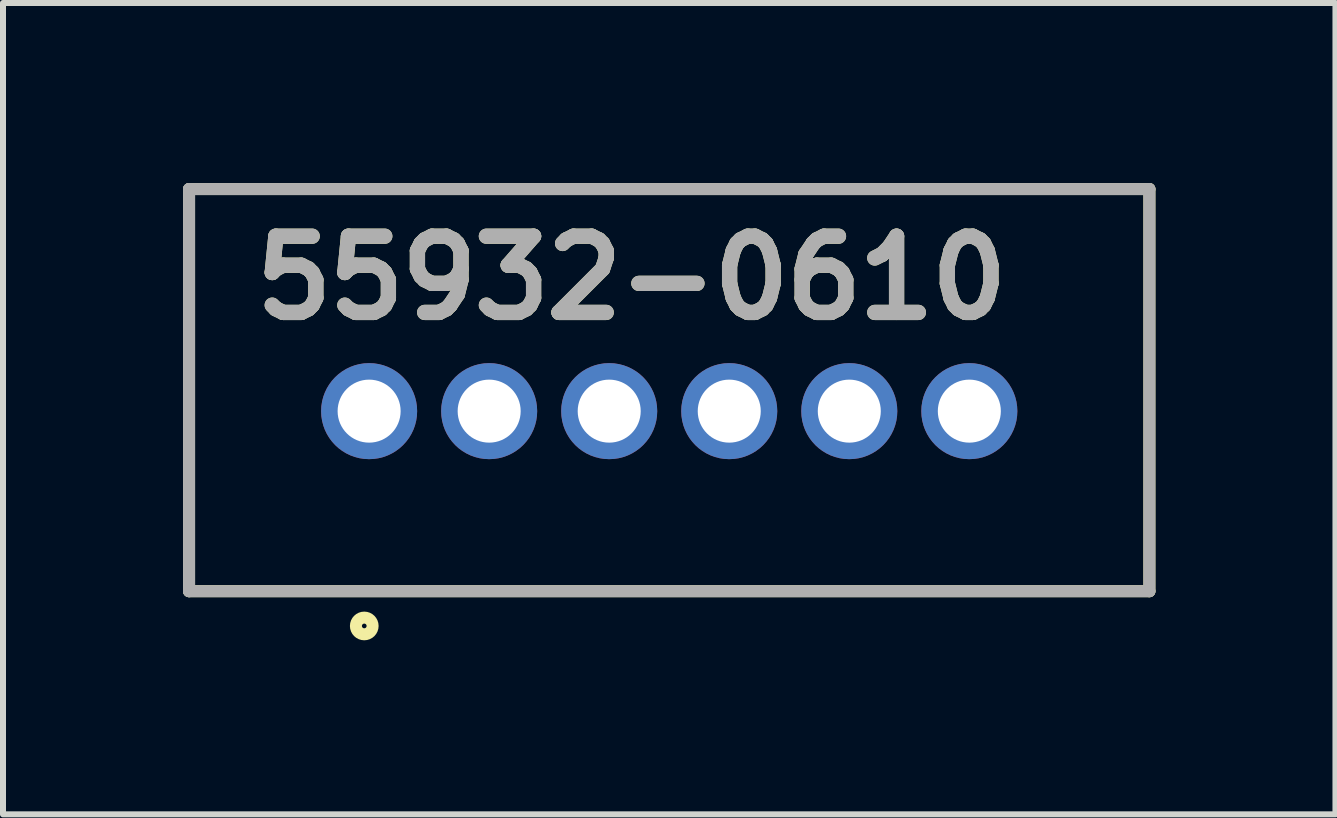
<source format=kicad_pcb>
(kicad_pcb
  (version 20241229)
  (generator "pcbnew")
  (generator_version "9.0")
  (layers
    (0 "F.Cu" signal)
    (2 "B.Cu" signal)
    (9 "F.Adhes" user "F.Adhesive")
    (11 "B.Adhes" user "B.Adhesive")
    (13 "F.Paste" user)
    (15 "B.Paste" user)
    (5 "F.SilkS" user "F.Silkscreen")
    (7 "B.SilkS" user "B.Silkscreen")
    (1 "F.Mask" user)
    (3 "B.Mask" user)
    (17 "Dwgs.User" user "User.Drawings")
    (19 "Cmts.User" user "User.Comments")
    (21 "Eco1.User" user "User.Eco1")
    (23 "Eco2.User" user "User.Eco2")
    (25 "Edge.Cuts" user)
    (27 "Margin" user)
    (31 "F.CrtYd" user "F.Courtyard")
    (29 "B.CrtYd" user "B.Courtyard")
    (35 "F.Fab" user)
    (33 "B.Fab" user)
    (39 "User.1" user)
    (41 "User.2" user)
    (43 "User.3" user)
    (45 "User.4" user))
  (footprint "55932-0610"
    (layer "F.Cu")
    (at 8.1 6.8)
    (property "Reference" "55932-0610" (at -0.627 -5.219 0) (layer "F.SilkS") (effects (font (size 1.27 1.27) (thickness 0.254))))
    (attr through_hole)
    (fp_line (start -8 -6.7) (end 8 -6.7) (stroke (width 0.2) (type solid)) (layer "F.SilkS"))
    (fp_line (start -8 0) (end -8 -6.7) (stroke (width 0.2) (type solid)) (layer "F.SilkS"))
    (fp_line (start 8 -6.7) (end 8 0) (stroke (width 0.2) (type solid)) (layer "F.SilkS"))
    (fp_line (start 8 0) (end -8 0) (stroke (width 0.2) (type solid)) (layer "F.SilkS"))
    (fp_circle (center -5.081 0.579) (end -5.081 0.618) (stroke (width 0.2) (type solid)) (fill no) (layer "F.SilkS"))
    (fp_line (start -8 -6.7) (end 8 -6.7) (stroke (width 0.2) (type solid)) (layer "F.Fab"))
    (fp_line (start -8 0) (end -8 -6.7) (stroke (width 0.2) (type solid)) (layer "F.Fab"))
    (fp_line (start 8 -6.7) (end 8 0) (stroke (width 0.2) (type solid)) (layer "F.Fab"))
    (fp_line (start 8 0) (end -8 0) (stroke (width 0.2) (type solid)) (layer "F.Fab"))
    (fp_text user "${REFERENCE}" (at -0.627 -5.219 0) (layer "F.Fab") (effects (font (size 1.27 1.27) (thickness 0.254))))
    (pad "" np_thru_hole circle (at 7 -4.9) (size 0.001 0.001) (drill 1.4) (layers "*.Cu" "*.Mask"))
    (pad "1" thru_hole circle (at -5 -3) (size 1.6 1.6) (drill 1.05) (layers "*.Cu" "*.Mask"))
    (pad "2" thru_hole circle (at -3 -3) (size 1.6 1.6) (drill 1.05) (layers "*.Cu" "*.Mask"))
    (pad "3" thru_hole circle (at -1 -3) (size 1.6 1.6) (drill 1.05) (layers "*.Cu" "*.Mask"))
    (pad "4" thru_hole circle (at 1 -3) (size 1.6 1.6) (drill 1.05) (layers "*.Cu" "*.Mask"))
    (pad "5" thru_hole circle (at 3 -3) (size 1.6 1.6) (drill 1.05) (layers "*.Cu" "*.Mask"))
    (pad "6" thru_hole circle (at 5 -3) (size 1.6 1.6) (drill 1.05) (layers "*.Cu" "*.Mask")))
  (gr_rect
    (start -3 -3)
    (end 19.2 10.518)
    (stroke (width 0.1) (type default))
    (fill no)
    (layer "Edge.Cuts")))
</source>
